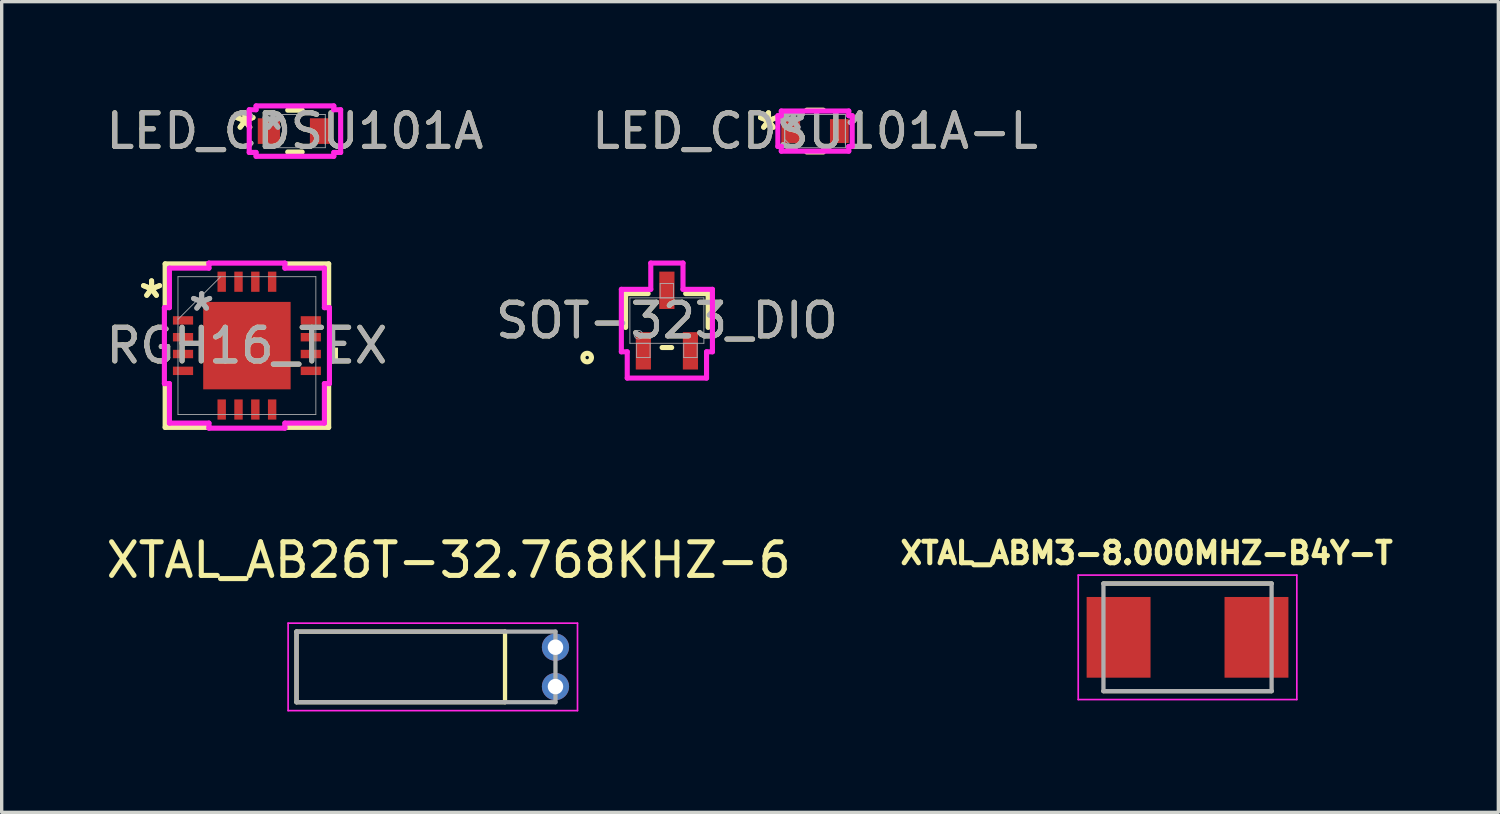
<source format=kicad_pcb>
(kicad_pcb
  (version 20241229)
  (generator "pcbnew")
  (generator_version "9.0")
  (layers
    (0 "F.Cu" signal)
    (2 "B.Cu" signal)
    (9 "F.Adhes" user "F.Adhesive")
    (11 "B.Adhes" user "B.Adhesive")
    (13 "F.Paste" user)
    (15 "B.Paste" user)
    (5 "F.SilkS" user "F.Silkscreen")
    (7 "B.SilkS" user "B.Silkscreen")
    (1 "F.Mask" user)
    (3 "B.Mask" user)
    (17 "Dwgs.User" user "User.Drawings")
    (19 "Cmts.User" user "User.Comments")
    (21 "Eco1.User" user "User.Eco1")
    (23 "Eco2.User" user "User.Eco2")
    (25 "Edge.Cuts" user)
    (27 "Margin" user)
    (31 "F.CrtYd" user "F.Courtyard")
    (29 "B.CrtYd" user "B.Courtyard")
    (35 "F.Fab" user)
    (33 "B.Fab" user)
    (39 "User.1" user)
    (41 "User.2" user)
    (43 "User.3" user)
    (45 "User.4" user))
  (footprint "XTAL_AB26T-32.768KHZ-6"
    (layer "F.Cu")
    (at 13.467 16.78)
    (property "Reference" "XTAL_AB26T-32.768KHZ-6" (at -3.175 -3.175 0) (layer "F.SilkS") (effects (font (size 1 1) (thickness 0.15))))
    (attr through_hole)
    (fp_line (start -7.7 -1.05) (end -1.5 -1.05) (stroke (width 0.127) (type solid)) (layer "F.SilkS"))
    (fp_line (start -7.7 1.05) (end -7.7 -1.05) (stroke (width 0.127) (type solid)) (layer "F.SilkS"))
    (fp_line (start -1.5 -1.05) (end -1.5 1.05) (stroke (width 0.127) (type solid)) (layer "F.SilkS"))
    (fp_line (start -1.5 1.05) (end -7.7 1.05) (stroke (width 0.127) (type solid)) (layer "F.SilkS"))
    (fp_line (start -7.95 -1.3) (end 0.655 -1.3) (stroke (width 0.05) (type solid)) (layer "F.CrtYd"))
    (fp_line (start -7.95 1.3) (end -7.95 -1.3) (stroke (width 0.05) (type solid)) (layer "F.CrtYd"))
    (fp_line (start 0.655 -1.3) (end 0.655 1.3) (stroke (width 0.05) (type solid)) (layer "F.CrtYd"))
    (fp_line (start 0.655 1.3) (end -7.95 1.3) (stroke (width 0.05) (type solid)) (layer "F.CrtYd"))
    (fp_line (start -7.7 -1.05) (end 0 -1.05) (stroke (width 0.127) (type solid)) (layer "F.Fab"))
    (fp_line (start -7.7 1.05) (end -7.7 -1.05) (stroke (width 0.127) (type solid)) (layer "F.Fab"))
    (fp_line (start 0 -1.05) (end 0 1.05) (stroke (width 0.127) (type solid)) (layer "F.Fab"))
    (fp_line (start 0 1.05) (end -7.7 1.05) (stroke (width 0.127) (type solid)) (layer "F.Fab"))
    (pad "1" thru_hole circle (at 0 -0.585) (size 0.81 0.81) (drill 0.46) (layers "*.Cu" "*.Mask"))
    (pad "2" thru_hole circle (at 0 0.585) (size 0.81 0.81) (drill 0.46) (layers "*.Cu" "*.Mask")))
  (footprint "LED_CDSU101A"
    (layer "F.Cu")
    (at 5.72 0.848)
    (property "Reference" "LED_CDSU101A" (at 0 0 0) (unlocked yes) (layer "F.SilkS") (effects (font (size 1 1) (thickness 0.15))))
    (attr smd)
    (fp_line (start -0.215 0.622) (end 0.215 0.622) (stroke (width 0.152) (type solid)) (layer "F.SilkS"))
    (fp_line (start 0.215 -0.622) (end -0.215 -0.622) (stroke (width 0.152) (type solid)) (layer "F.SilkS"))
    (fp_line (start -1.359 -0.635) (end -1.156 -0.635) (stroke (width 0.152) (type solid)) (layer "F.CrtYd"))
    (fp_line (start -1.359 0.635) (end -1.359 -0.635) (stroke (width 0.152) (type solid)) (layer "F.CrtYd"))
    (fp_line (start -1.156 -0.749) (end 1.156 -0.749) (stroke (width 0.152) (type solid)) (layer "F.CrtYd"))
    (fp_line (start -1.156 -0.635) (end -1.156 -0.749) (stroke (width 0.152) (type solid)) (layer "F.CrtYd"))
    (fp_line (start -1.156 0.635) (end -1.359 0.635) (stroke (width 0.152) (type solid)) (layer "F.CrtYd"))
    (fp_line (start -1.156 0.749) (end -1.156 0.635) (stroke (width 0.152) (type solid)) (layer "F.CrtYd"))
    (fp_line (start 1.156 -0.749) (end 1.156 -0.635) (stroke (width 0.152) (type solid)) (layer "F.CrtYd"))
    (fp_line (start 1.156 -0.635) (end 1.359 -0.635) (stroke (width 0.152) (type solid)) (layer "F.CrtYd"))
    (fp_line (start 1.156 0.635) (end 1.156 0.749) (stroke (width 0.152) (type solid)) (layer "F.CrtYd"))
    (fp_line (start 1.156 0.749) (end -1.156 0.749) (stroke (width 0.152) (type solid)) (layer "F.CrtYd"))
    (fp_line (start 1.359 -0.635) (end 1.359 0.635) (stroke (width 0.152) (type solid)) (layer "F.CrtYd"))
    (fp_line (start 1.359 0.635) (end 1.156 0.635) (stroke (width 0.152) (type solid)) (layer "F.CrtYd"))
    (fp_line (start -0.902 -0.495) (end -0.902 0.495) (stroke (width 0.025) (type solid)) (layer "F.Fab"))
    (fp_line (start -0.902 -0.381) (end -0.902 -0.381) (stroke (width 0.025) (type solid)) (layer "F.Fab"))
    (fp_line (start -0.902 -0.381) (end -0.902 0.381) (stroke (width 0.025) (type solid)) (layer "F.Fab"))
    (fp_line (start -0.902 -0.248) (end -0.654 -0.495) (stroke (width 0.025) (type solid)) (layer "F.Fab"))
    (fp_line (start -0.902 0.248) (end -0.654 0.495) (stroke (width 0.025) (type solid)) (layer "F.Fab"))
    (fp_line (start -0.902 0.381) (end -0.902 -0.381) (stroke (width 0.025) (type solid)) (layer "F.Fab"))
    (fp_line (start -0.902 0.381) (end -0.902 0.381) (stroke (width 0.025) (type solid)) (layer "F.Fab"))
    (fp_line (start -0.902 0.495) (end 0.902 0.495) (stroke (width 0.025) (type solid)) (layer "F.Fab"))
    (fp_line (start 0.902 -0.495) (end -0.902 -0.495) (stroke (width 0.025) (type solid)) (layer "F.Fab"))
    (fp_line (start 0.902 -0.381) (end 0.902 -0.381) (stroke (width 0.025) (type solid)) (layer "F.Fab"))
    (fp_line (start 0.902 -0.381) (end 0.902 0.381) (stroke (width 0.025) (type solid)) (layer "F.Fab"))
    (fp_line (start 0.902 0.381) (end 0.902 -0.381) (stroke (width 0.025) (type solid)) (layer "F.Fab"))
    (fp_line (start 0.902 0.381) (end 0.902 0.381) (stroke (width 0.025) (type solid)) (layer "F.Fab"))
    (fp_line (start 0.902 0.495) (end 0.902 -0.495) (stroke (width 0.025) (type solid)) (layer "F.Fab"))
    (fp_text user "*" (at -1.486 0 0) (unlocked yes) (layer "F.SilkS") (effects (font (size 1 1) (thickness 0.15))))
    (fp_text user "*" (at -1.486 0 0) (layer "F.SilkS") (effects (font (size 1 1) (thickness 0.15))))
    (fp_text user "*" (at -0.648 0 0) (layer "F.Fab") (effects (font (size 1 1) (thickness 0.15))))
    (fp_text user "${REFERENCE}" (at 0 0 0) (unlocked yes) (layer "F.Fab") (effects (font (size 1 1) (thickness 0.15))))
    (fp_text user "*" (at -0.648 0 0) (unlocked yes) (layer "F.Fab") (effects (font (size 1 1) (thickness 0.15))))
    (pad "1" smd rect (at -0.775 0) (size 0.66 0.762) (layers "F.Cu" "F.Mask" "F.Paste"))
    (pad "2" smd rect (at 0.775 0) (size 0.66 0.762) (layers "F.Cu" "F.Mask" "F.Paste"))
    (zone (net_name "") (layer "F.Cu") (hatch full 0.508) (connect_pads) (min_thickness 0.254) (filled_areas_thickness no) (keepout (tracks not_allowed) (vias not_allowed) (pads allowed) (copperpour not_allowed) (footprints allowed)) (placement (enabled no)) (fill) (polygon (pts (xy 5.327 0.404) (xy 6.114 0.404) (xy 6.114 1.293) (xy 5.327 1.293)))))
  (footprint "XTAL_ABM3-8.000MHZ-B4Y-T"
    (layer "F.Cu")
    (at 32.261 15.901)
    (property "Reference" "XTAL_ABM3-8.000MHZ-B4Y-T" (at -1.218 -2.506 0) (layer "F.SilkS") (effects (font (size 0.64 0.64) (thickness 0.15))))
    (attr smd)
    (fp_line (start -2.5 -1.6) (end 2.5 -1.6) (stroke (width 0.127) (type solid)) (layer "F.SilkS"))
    (fp_line (start -2.5 1.6) (end 2.5 1.6) (stroke (width 0.127) (type solid)) (layer "F.SilkS"))
    (fp_line (start -3.25 -1.85) (end -3.25 1.85) (stroke (width 0.05) (type solid)) (layer "F.CrtYd"))
    (fp_line (start -3.25 1.85) (end 3.25 1.85) (stroke (width 0.05) (type solid)) (layer "F.CrtYd"))
    (fp_line (start 3.25 -1.85) (end -3.25 -1.85) (stroke (width 0.05) (type solid)) (layer "F.CrtYd"))
    (fp_line (start 3.25 1.85) (end 3.25 -1.85) (stroke (width 0.05) (type solid)) (layer "F.CrtYd"))
    (fp_line (start -2.5 -1.6) (end -2.5 1.6) (stroke (width 0.127) (type solid)) (layer "F.Fab"))
    (fp_line (start -2.5 -1.6) (end 2.5 -1.6) (stroke (width 0.127) (type solid)) (layer "F.Fab"))
    (fp_line (start -2.5 1.6) (end 2.5 1.6) (stroke (width 0.127) (type solid)) (layer "F.Fab"))
    (fp_line (start 2.5 -1.6) (end 2.5 1.6) (stroke (width 0.127) (type solid)) (layer "F.Fab"))
    (pad "1" smd rect (at -2.05 0) (size 1.9 2.4) (layers "F.Cu" "F.Mask" "F.Paste"))
    (pad "2" smd rect (at 2.05 0) (size 1.9 2.4) (layers "F.Cu" "F.Mask" "F.Paste")))
  (footprint "RGH16_TEX"
    (layer "F.Cu")
    (at 4.292 7.227)
    (property "Reference" "RGH16_TEX" (at 0 0 0) (unlocked yes) (layer "F.SilkS") (effects (font (size 1 1) (thickness 0.15))))
    (attr smd)
    (fp_line (start -2.431 -2.431) (end -2.431 -1.114) (stroke (width 0.152) (type solid)) (layer "F.SilkS"))
    (fp_line (start -2.431 1.114) (end -2.431 2.431) (stroke (width 0.152) (type solid)) (layer "F.SilkS"))
    (fp_line (start -2.431 2.431) (end -1.114 2.431) (stroke (width 0.152) (type solid)) (layer "F.SilkS"))
    (fp_line (start -1.114 -2.431) (end -2.431 -2.431) (stroke (width 0.152) (type solid)) (layer "F.SilkS"))
    (fp_line (start 1.114 2.431) (end 2.431 2.431) (stroke (width 0.152) (type solid)) (layer "F.SilkS"))
    (fp_line (start 2.431 -2.431) (end 1.114 -2.431) (stroke (width 0.152) (type solid)) (layer "F.SilkS"))
    (fp_line (start 2.431 -1.114) (end 2.431 -2.431) (stroke (width 0.152) (type solid)) (layer "F.SilkS"))
    (fp_line (start 2.431 2.431) (end 2.431 1.114) (stroke (width 0.152) (type solid)) (layer "F.SilkS"))
    (fp_poly (pts (xy 2.708 0.059) (xy 2.708 0.441) (xy 2.454 0.441) (xy 2.454 0.059)) (stroke (width 0) (type solid)) (fill yes) (layer "F.SilkS"))
    (fp_poly (pts (xy -1.2 -1.2) (xy -1.2 -0.1) (xy -0.1 -0.1) (xy -0.1 -1.2)) (stroke (width 0) (type solid)) (fill yes) (layer "F.Paste"))
    (fp_poly (pts (xy -1.2 0.1) (xy -1.2 1.2) (xy -0.1 1.2) (xy -0.1 0.1)) (stroke (width 0) (type solid)) (fill yes) (layer "F.Paste"))
    (fp_poly (pts (xy 0.1 -1.2) (xy 0.1 -0.1) (xy 1.2 -0.1) (xy 1.2 -1.2)) (stroke (width 0) (type solid)) (fill yes) (layer "F.Paste"))
    (fp_poly (pts (xy 0.1 0.1) (xy 0.1 1.2) (xy 1.2 1.2) (xy 1.2 0.1)) (stroke (width 0) (type solid)) (fill yes) (layer "F.Paste"))
    (fp_line (start -2.454 -1.129) (end -2.304 -1.129) (stroke (width 0.152) (type solid)) (layer "F.CrtYd"))
    (fp_line (start -2.454 1.129) (end -2.454 -1.129) (stroke (width 0.152) (type solid)) (layer "F.CrtYd"))
    (fp_line (start -2.304 -2.304) (end -1.129 -2.304) (stroke (width 0.152) (type solid)) (layer "F.CrtYd"))
    (fp_line (start -2.304 -1.129) (end -2.304 -2.304) (stroke (width 0.152) (type solid)) (layer "F.CrtYd"))
    (fp_line (start -2.304 1.129) (end -2.454 1.129) (stroke (width 0.152) (type solid)) (layer "F.CrtYd"))
    (fp_line (start -2.304 2.304) (end -2.304 1.129) (stroke (width 0.152) (type solid)) (layer "F.CrtYd"))
    (fp_line (start -1.129 -2.454) (end 1.129 -2.454) (stroke (width 0.152) (type solid)) (layer "F.CrtYd"))
    (fp_line (start -1.129 -2.304) (end -1.129 -2.454) (stroke (width 0.152) (type solid)) (layer "F.CrtYd"))
    (fp_line (start -1.129 2.304) (end -2.304 2.304) (stroke (width 0.152) (type solid)) (layer "F.CrtYd"))
    (fp_line (start -1.129 2.454) (end -1.129 2.304) (stroke (width 0.152) (type solid)) (layer "F.CrtYd"))
    (fp_line (start 1.129 -2.454) (end 1.129 -2.304) (stroke (width 0.152) (type solid)) (layer "F.CrtYd"))
    (fp_line (start 1.129 -2.304) (end 2.304 -2.304) (stroke (width 0.152) (type solid)) (layer "F.CrtYd"))
    (fp_line (start 1.129 2.304) (end 1.129 2.454) (stroke (width 0.152) (type solid)) (layer "F.CrtYd"))
    (fp_line (start 1.129 2.454) (end -1.129 2.454) (stroke (width 0.152) (type solid)) (layer "F.CrtYd"))
    (fp_line (start 2.304 -2.304) (end 2.304 -1.129) (stroke (width 0.152) (type solid)) (layer "F.CrtYd"))
    (fp_line (start 2.304 -1.129) (end 2.454 -1.129) (stroke (width 0.152) (type solid)) (layer "F.CrtYd"))
    (fp_line (start 2.304 1.129) (end 2.304 2.304) (stroke (width 0.152) (type solid)) (layer "F.CrtYd"))
    (fp_line (start 2.304 2.304) (end 1.129 2.304) (stroke (width 0.152) (type solid)) (layer "F.CrtYd"))
    (fp_line (start 2.454 -1.129) (end 2.454 1.129) (stroke (width 0.152) (type solid)) (layer "F.CrtYd"))
    (fp_line (start 2.454 1.129) (end 2.304 1.129) (stroke (width 0.152) (type solid)) (layer "F.CrtYd"))
    (fp_line (start -2.05 -2.05) (end -2.05 2.05) (stroke (width 0.025) (type solid)) (layer "F.Fab"))
    (fp_line (start -2.05 -0.78) (end -0.78 -2.05) (stroke (width 0.025) (type solid)) (layer "F.Fab"))
    (fp_line (start -2.05 2.05) (end 2.05 2.05) (stroke (width 0.025) (type solid)) (layer "F.Fab"))
    (fp_line (start 2.05 -2.05) (end -2.05 -2.05) (stroke (width 0.025) (type solid)) (layer "F.Fab"))
    (fp_line (start 2.05 2.05) (end 2.05 -2.05) (stroke (width 0.025) (type solid)) (layer "F.Fab"))
    (fp_text user "*" (at -2.835 -1.381 0) (unlocked yes) (layer "F.SilkS") (effects (font (size 1 1) (thickness 0.15))))
    (fp_text user "*" (at -2.835 -1.381 0) (layer "F.SilkS") (effects (font (size 1 1) (thickness 0.15))))
    (fp_text user "*" (at -1.346 -1 0) (unlocked yes) (layer "F.Fab") (effects (font (size 1 1) (thickness 0.15))))
    (fp_text user "${REFERENCE}" (at 0 0 0) (unlocked yes) (layer "F.Fab") (effects (font (size 1 1) (thickness 0.15))))
    (fp_text user "*" (at -1.346 -1 0) (layer "F.Fab") (effects (font (size 1 1) (thickness 0.15))))
    (pad "1" smd rect (at -1.9 -0.75 90) (size 0.25 0.6) (layers "F.Cu" "F.Mask" "F.Paste"))
    (pad "2" smd rect (at -1.9 -0.25 90) (size 0.25 0.6) (layers "F.Cu" "F.Mask" "F.Paste"))
    (pad "3" smd rect (at -1.9 0.25 90) (size 0.25 0.6) (layers "F.Cu" "F.Mask" "F.Paste"))
    (pad "4" smd rect (at -1.9 0.75 90) (size 0.25 0.6) (layers "F.Cu" "F.Mask" "F.Paste"))
    (pad "5" smd rect (at -0.75 1.9) (size 0.25 0.6) (layers "F.Cu" "F.Mask" "F.Paste"))
    (pad "6" smd rect (at -0.25 1.9) (size 0.25 0.6) (layers "F.Cu" "F.Mask" "F.Paste"))
    (pad "7" smd rect (at 0.25 1.9) (size 0.25 0.6) (layers "F.Cu" "F.Mask" "F.Paste"))
    (pad "8" smd rect (at 0.75 1.9) (size 0.25 0.6) (layers "F.Cu" "F.Mask" "F.Paste"))
    (pad "9" smd rect (at 1.9 0.75 90) (size 0.25 0.6) (layers "F.Cu" "F.Mask" "F.Paste"))
    (pad "10" smd rect (at 1.9 0.25 90) (size 0.25 0.6) (layers "F.Cu" "F.Mask" "F.Paste"))
    (pad "11" smd rect (at 1.9 -0.25 90) (size 0.25 0.6) (layers "F.Cu" "F.Mask" "F.Paste"))
    (pad "12" smd rect (at 1.9 -0.75 90) (size 0.25 0.6) (layers "F.Cu" "F.Mask" "F.Paste"))
    (pad "13" smd rect (at 0.75 -1.9) (size 0.25 0.6) (layers "F.Cu" "F.Mask" "F.Paste"))
    (pad "14" smd rect (at 0.25 -1.9) (size 0.25 0.6) (layers "F.Cu" "F.Mask" "F.Paste"))
    (pad "15" smd rect (at -0.25 -1.9) (size 0.25 0.6) (layers "F.Cu" "F.Mask" "F.Paste"))
    (pad "16" smd rect (at -0.75 -1.9) (size 0.25 0.6) (layers "F.Cu" "F.Mask" "F.Paste"))
    (pad "17" smd rect (at 0 0) (size 2.6 2.6) (layers "F.Cu" "F.Mask")))
  (footprint "LED_CDSU101A-L"
    (layer "F.Cu")
    (at 21.185 0.848)
    (property "Reference" "LED_CDSU101A-L" (at 0 0 0) (unlocked yes) (layer "F.SilkS") (effects (font (size 1 1) (thickness 0.15))))
    (attr smd)
    (fp_line (start -0.246 0.622) (end 0.246 0.622) (stroke (width 0.152) (type solid)) (layer "F.SilkS"))
    (fp_line (start 0.246 -0.622) (end -0.246 -0.622) (stroke (width 0.152) (type solid)) (layer "F.SilkS"))
    (fp_line (start -1.105 -0.457) (end -1.003 -0.457) (stroke (width 0.152) (type solid)) (layer "F.CrtYd"))
    (fp_line (start -1.105 0.457) (end -1.105 -0.457) (stroke (width 0.152) (type solid)) (layer "F.CrtYd"))
    (fp_line (start -1.003 -0.597) (end 1.003 -0.597) (stroke (width 0.152) (type solid)) (layer "F.CrtYd"))
    (fp_line (start -1.003 -0.457) (end -1.003 -0.597) (stroke (width 0.152) (type solid)) (layer "F.CrtYd"))
    (fp_line (start -1.003 0.457) (end -1.105 0.457) (stroke (width 0.152) (type solid)) (layer "F.CrtYd"))
    (fp_line (start -1.003 0.597) (end -1.003 0.457) (stroke (width 0.152) (type solid)) (layer "F.CrtYd"))
    (fp_line (start 1.003 -0.597) (end 1.003 -0.457) (stroke (width 0.152) (type solid)) (layer "F.CrtYd"))
    (fp_line (start 1.003 -0.457) (end 1.105 -0.457) (stroke (width 0.152) (type solid)) (layer "F.CrtYd"))
    (fp_line (start 1.003 0.457) (end 1.003 0.597) (stroke (width 0.152) (type solid)) (layer "F.CrtYd"))
    (fp_line (start 1.003 0.597) (end -1.003 0.597) (stroke (width 0.152) (type solid)) (layer "F.CrtYd"))
    (fp_line (start 1.105 -0.457) (end 1.105 0.457) (stroke (width 0.152) (type solid)) (layer "F.CrtYd"))
    (fp_line (start 1.105 0.457) (end 1.003 0.457) (stroke (width 0.152) (type solid)) (layer "F.CrtYd"))
    (fp_line (start -0.902 -0.495) (end -0.902 0.495) (stroke (width 0.025) (type solid)) (layer "F.Fab"))
    (fp_line (start -0.902 -0.381) (end -0.902 -0.381) (stroke (width 0.025) (type solid)) (layer "F.Fab"))
    (fp_line (start -0.902 -0.381) (end -0.902 0.381) (stroke (width 0.025) (type solid)) (layer "F.Fab"))
    (fp_line (start -0.902 -0.248) (end -0.654 -0.495) (stroke (width 0.025) (type solid)) (layer "F.Fab"))
    (fp_line (start -0.902 0.248) (end -0.654 0.495) (stroke (width 0.025) (type solid)) (layer "F.Fab"))
    (fp_line (start -0.902 0.381) (end -0.902 -0.381) (stroke (width 0.025) (type solid)) (layer "F.Fab"))
    (fp_line (start -0.902 0.381) (end -0.902 0.381) (stroke (width 0.025) (type solid)) (layer "F.Fab"))
    (fp_line (start -0.902 0.495) (end 0.902 0.495) (stroke (width 0.025) (type solid)) (layer "F.Fab"))
    (fp_line (start 0.902 -0.495) (end -0.902 -0.495) (stroke (width 0.025) (type solid)) (layer "F.Fab"))
    (fp_line (start 0.902 -0.381) (end 0.902 -0.381) (stroke (width 0.025) (type solid)) (layer "F.Fab"))
    (fp_line (start 0.902 -0.381) (end 0.902 0.381) (stroke (width 0.025) (type solid)) (layer "F.Fab"))
    (fp_line (start 0.902 0.381) (end 0.902 -0.381) (stroke (width 0.025) (type solid)) (layer "F.Fab"))
    (fp_line (start 0.902 0.381) (end 0.902 0.381) (stroke (width 0.025) (type solid)) (layer "F.Fab"))
    (fp_line (start 0.902 0.495) (end 0.902 -0.495) (stroke (width 0.025) (type solid)) (layer "F.Fab"))
    (fp_text user "*" (at -1.384 0 0) (unlocked yes) (layer "F.SilkS") (effects (font (size 1 1) (thickness 0.15))))
    (fp_text user "*" (at -1.384 0 0) (layer "F.SilkS") (effects (font (size 1 1) (thickness 0.15))))
    (fp_text user "${REFERENCE}" (at 0 0 0) (unlocked yes) (layer "F.Fab") (effects (font (size 1 1) (thickness 0.15))))
    (fp_text user "*" (at -0.648 0 0) (unlocked yes) (layer "F.Fab") (effects (font (size 1 1) (thickness 0.15))))
    (fp_text user "*" (at -0.648 0 0) (layer "F.Fab") (effects (font (size 1 1) (thickness 0.15))))
    (pad "1" smd rect (at -0.724 0) (size 0.559 0.711) (layers "F.Cu" "F.Mask" "F.Paste"))
    (pad "2" smd rect (at 0.724 0) (size 0.559 0.711) (layers "F.Cu" "F.Mask" "F.Paste"))
    (zone (net_name "") (layer "F.Cu") (hatch full 0.508) (connect_pads) (min_thickness 0.254) (filled_areas_thickness no) (keepout (tracks not_allowed) (vias not_allowed) (pads allowed) (copperpour not_allowed) (footprints allowed)) (placement (enabled no)) (fill) (polygon (pts (xy 20.791 0.404) (xy 21.578 0.404) (xy 21.578 1.293) (xy 20.791 1.293)))))
  (footprint "SOT-323_DIO"
    (layer "F.Cu")
    (at 16.78 6.482)
    (property "Reference" "SOT-323_DIO" (at 0 0 0) (unlocked yes) (layer "F.SilkS") (effects (font (size 1 1) (thickness 0.15))))
    (attr smd)
    (fp_line (start -1.227 -0.802) (end -1.227 0.204) (stroke (width 0.152) (type solid)) (layer "F.SilkS"))
    (fp_line (start -0.558 -0.802) (end -1.227 -0.802) (stroke (width 0.152) (type solid)) (layer "F.SilkS"))
    (fp_line (start -0.142 0.802) (end 0.142 0.802) (stroke (width 0.152) (type solid)) (layer "F.SilkS"))
    (fp_line (start 1.227 -0.802) (end 0.558 -0.802) (stroke (width 0.152) (type solid)) (layer "F.SilkS"))
    (fp_line (start 1.227 0.204) (end 1.227 -0.802) (stroke (width 0.152) (type solid)) (layer "F.SilkS"))
    (fp_circle (center -2.37 1.1) (end -2.243 1.1) (stroke (width 0.152) (type solid)) (fill no) (layer "F.SilkS"))
    (fp_line (start -1.354 -0.929) (end -0.479 -0.929) (stroke (width 0.152) (type solid)) (layer "F.CrtYd"))
    (fp_line (start -1.354 0.929) (end -1.354 -0.929) (stroke (width 0.152) (type solid)) (layer "F.CrtYd"))
    (fp_line (start -1.354 0.929) (end -1.179 0.929) (stroke (width 0.152) (type solid)) (layer "F.CrtYd"))
    (fp_line (start -1.179 0.929) (end -1.179 1.71) (stroke (width 0.152) (type solid)) (layer "F.CrtYd"))
    (fp_line (start -1.179 1.71) (end 1.179 1.71) (stroke (width 0.152) (type solid)) (layer "F.CrtYd"))
    (fp_line (start -0.479 -1.71) (end 0.479 -1.71) (stroke (width 0.152) (type solid)) (layer "F.CrtYd"))
    (fp_line (start -0.479 -0.929) (end -0.479 -1.71) (stroke (width 0.152) (type solid)) (layer "F.CrtYd"))
    (fp_line (start 0.479 -0.929) (end 0.479 -1.71) (stroke (width 0.152) (type solid)) (layer "F.CrtYd"))
    (fp_line (start 1.179 0.929) (end 1.179 1.71) (stroke (width 0.152) (type solid)) (layer "F.CrtYd"))
    (fp_line (start 1.354 -0.929) (end 0.479 -0.929) (stroke (width 0.152) (type solid)) (layer "F.CrtYd"))
    (fp_line (start 1.354 -0.929) (end 1.354 0.929) (stroke (width 0.152) (type solid)) (layer "F.CrtYd"))
    (fp_line (start 1.354 0.929) (end 1.179 0.929) (stroke (width 0.152) (type solid)) (layer "F.CrtYd"))
    (fp_line (start -1.1 -0.675) (end -1.1 0.675) (stroke (width 0.025) (type solid)) (layer "F.Fab"))
    (fp_line (start -1.1 0.675) (end 1.1 0.675) (stroke (width 0.025) (type solid)) (layer "F.Fab"))
    (fp_line (start -0.9 0.675) (end -0.9 1.1) (stroke (width 0.025) (type solid)) (layer "F.Fab"))
    (fp_line (start -0.9 1.1) (end -0.5 1.1) (stroke (width 0.025) (type solid)) (layer "F.Fab"))
    (fp_line (start -0.5 0.675) (end -0.9 0.675) (stroke (width 0.025) (type solid)) (layer "F.Fab"))
    (fp_line (start -0.5 1.1) (end -0.5 0.675) (stroke (width 0.025) (type solid)) (layer "F.Fab"))
    (fp_line (start -0.2 -1.1) (end -0.2 -0.675) (stroke (width 0.025) (type solid)) (layer "F.Fab"))
    (fp_line (start -0.2 -0.675) (end 0.2 -0.675) (stroke (width 0.025) (type solid)) (layer "F.Fab"))
    (fp_line (start 0.2 -1.1) (end -0.2 -1.1) (stroke (width 0.025) (type solid)) (layer "F.Fab"))
    (fp_line (start 0.2 -0.675) (end 0.2 -1.1) (stroke (width 0.025) (type solid)) (layer "F.Fab"))
    (fp_line (start 0.5 0.675) (end 0.5 1.1) (stroke (width 0.025) (type solid)) (layer "F.Fab"))
    (fp_line (start 0.5 1.1) (end 0.9 1.1) (stroke (width 0.025) (type solid)) (layer "F.Fab"))
    (fp_line (start 0.9 0.675) (end 0.5 0.675) (stroke (width 0.025) (type solid)) (layer "F.Fab"))
    (fp_line (start 0.9 1.1) (end 0.9 0.675) (stroke (width 0.025) (type solid)) (layer "F.Fab"))
    (fp_line (start 1.1 -0.675) (end -1.1 -0.675) (stroke (width 0.025) (type solid)) (layer "F.Fab"))
    (fp_line (start 1.1 0.675) (end 1.1 -0.675) (stroke (width 0.025) (type solid)) (layer "F.Fab"))
    (fp_circle (center -0.846 0.421) (end -0.719 0.421) (stroke (width 0.025) (type solid)) (fill no) (layer "F.Fab"))
    (fp_text user "${REFERENCE}" (at 0 0 0) (unlocked yes) (layer "F.Fab") (effects (font (size 1 1) (thickness 0.15))))
    (pad "1" smd rect (at -0.7 0.9) (size 0.451 1.111) (layers "F.Cu" "F.Mask" "F.Paste"))
    (pad "2" smd rect (at 0.7 0.9) (size 0.451 1.111) (layers "F.Cu" "F.Mask" "F.Paste"))
    (pad "3" smd rect (at 0 -0.9) (size 0.451 1.111) (layers "F.Cu" "F.Mask" "F.Paste")))
  (gr_rect
    (start -3 -3)
    (end 41.503 21.105)
    (stroke (width 0.1) (type default))
    (fill no)
    (layer "Edge.Cuts")))
</source>
